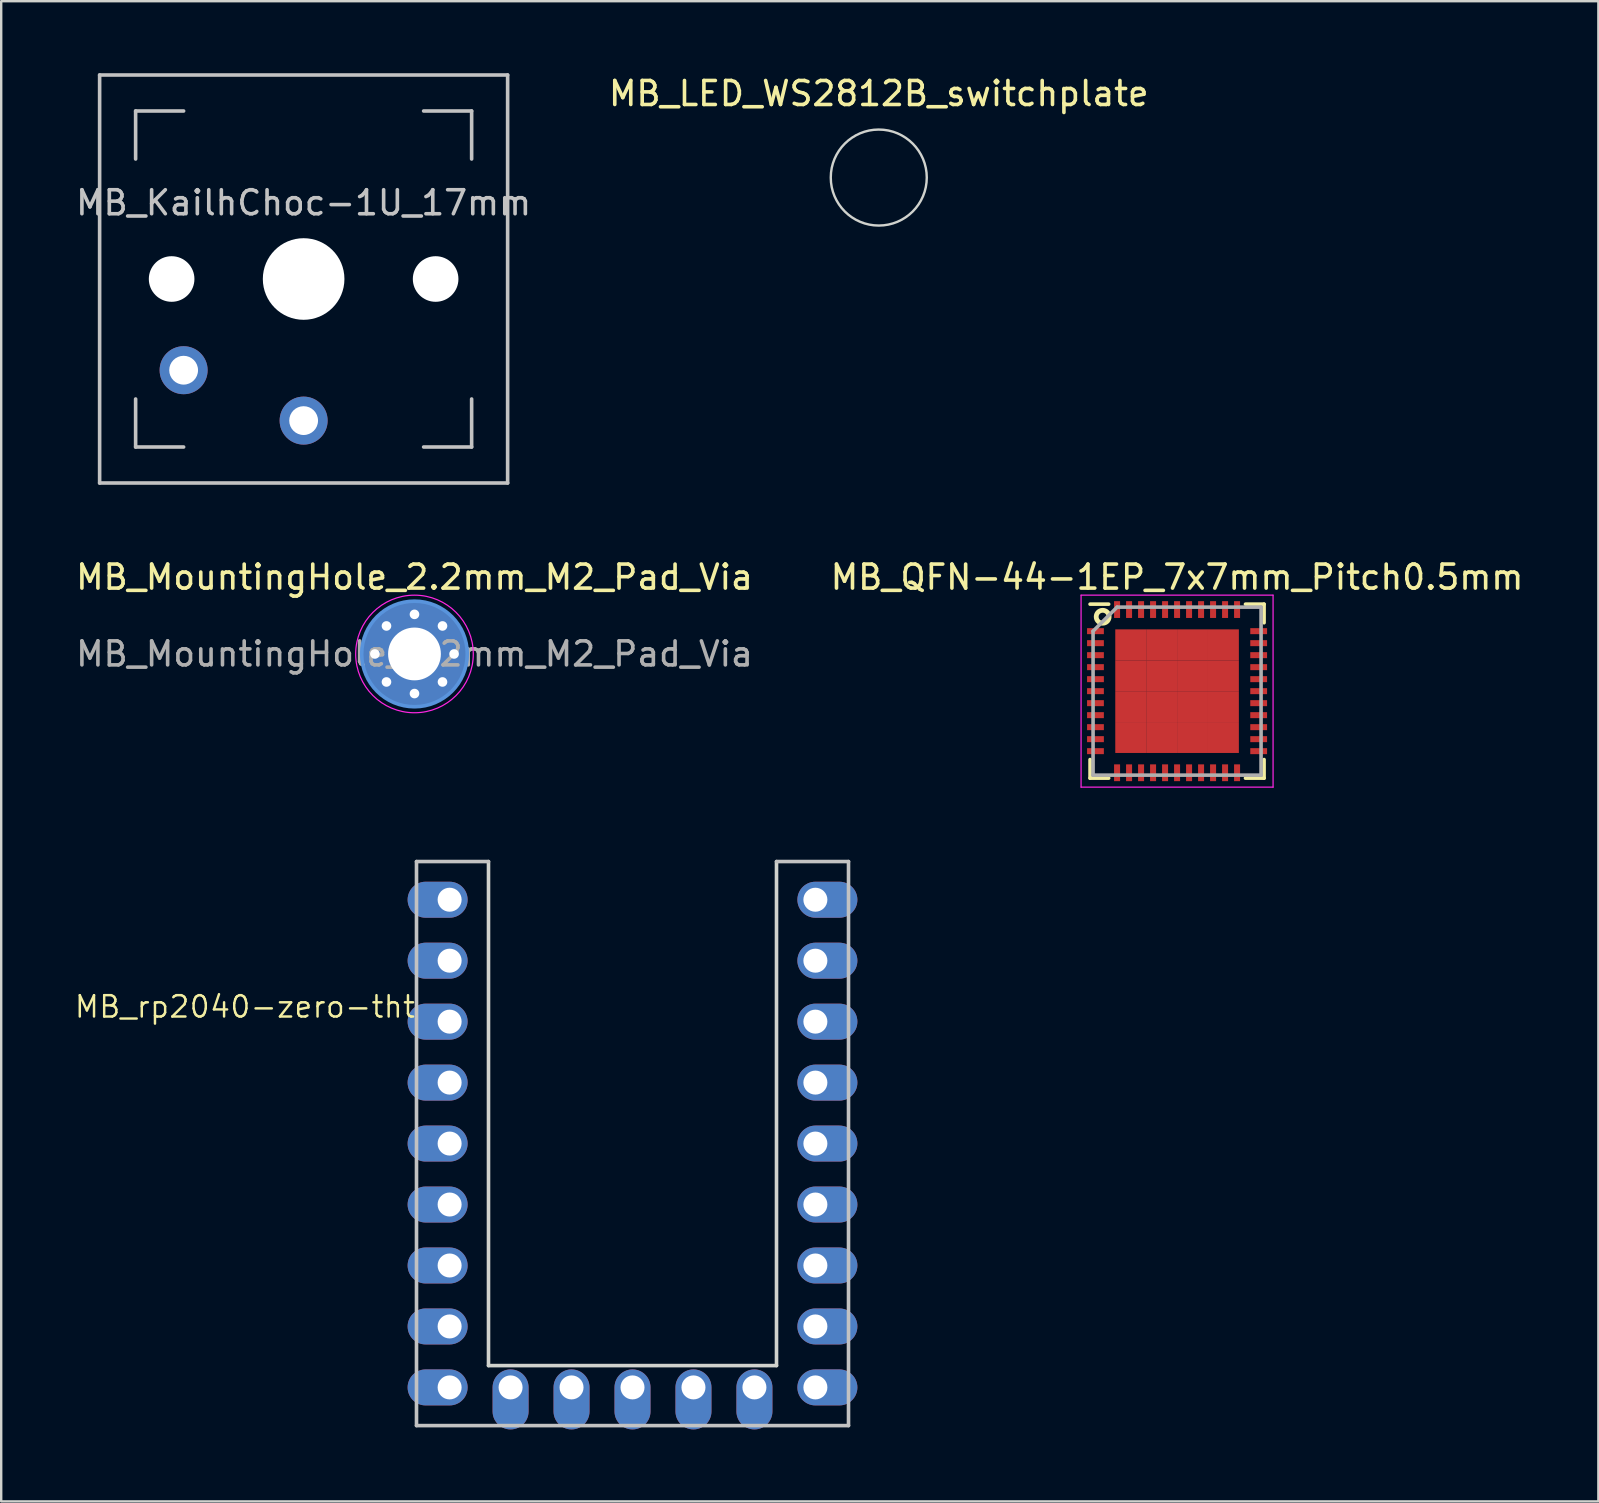
<source format=kicad_pcb>
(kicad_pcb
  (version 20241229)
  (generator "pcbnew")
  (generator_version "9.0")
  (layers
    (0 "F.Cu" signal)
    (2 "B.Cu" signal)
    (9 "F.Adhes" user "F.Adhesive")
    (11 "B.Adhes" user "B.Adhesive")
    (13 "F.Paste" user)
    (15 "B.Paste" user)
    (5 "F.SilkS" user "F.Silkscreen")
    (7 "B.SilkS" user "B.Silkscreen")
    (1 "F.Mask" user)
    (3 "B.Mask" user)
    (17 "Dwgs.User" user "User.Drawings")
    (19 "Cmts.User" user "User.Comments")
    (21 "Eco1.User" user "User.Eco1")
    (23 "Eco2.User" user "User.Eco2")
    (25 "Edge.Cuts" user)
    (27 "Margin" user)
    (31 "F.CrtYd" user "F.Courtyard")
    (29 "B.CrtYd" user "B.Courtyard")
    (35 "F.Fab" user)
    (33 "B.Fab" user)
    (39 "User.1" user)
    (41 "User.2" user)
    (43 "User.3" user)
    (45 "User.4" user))
  (footprint "MB_MountingHole_2.2mm_M2_Pad_Via"
    (layer "F.Cu")
    (at 14.22 24.198)
    (property "Reference" "MB_MountingHole_2.2mm_M2_Pad_Via" (at 0 -3.2 0) (layer "F.SilkS") (effects (font (size 1 1) (thickness 0.15))))
    (attr exclude_from_pos_files exclude_from_bom)
    (fp_circle (center 0 0) (end 2.2 0) (stroke (width 0.15) (type solid)) (fill no) (layer "Cmts.User"))
    (fp_circle (center 0 0) (end 2.45 0) (stroke (width 0.05) (type solid)) (fill no) (layer "F.CrtYd"))
    (fp_text user "${REFERENCE}" (at 0 0 0) (layer "F.Fab") (effects (font (size 1 1) (thickness 0.15))))
    (pad "1" thru_hole circle (at -1.65 0) (size 0.7 0.7) (drill 0.4) (layers "*.Cu" "*.Mask"))
    (pad "1" thru_hole circle (at -1.167 -1.167) (size 0.7 0.7) (drill 0.4) (layers "*.Cu" "*.Mask"))
    (pad "1" thru_hole circle (at -1.167 1.167) (size 0.7 0.7) (drill 0.4) (layers "*.Cu" "*.Mask"))
    (pad "1" thru_hole circle (at 0 -1.65) (size 0.7 0.7) (drill 0.4) (layers "*.Cu" "*.Mask"))
    (pad "1" thru_hole circle (at 0 0) (size 4.4 4.4) (drill 2.2) (layers "*.Cu" "*.Mask"))
    (pad "1" thru_hole circle (at 0 1.65) (size 0.7 0.7) (drill 0.4) (layers "*.Cu" "*.Mask"))
    (pad "1" thru_hole circle (at 1.167 -1.167) (size 0.7 0.7) (drill 0.4) (layers "*.Cu" "*.Mask"))
    (pad "1" thru_hole circle (at 1.167 1.167) (size 0.7 0.7) (drill 0.4) (layers "*.Cu" "*.Mask"))
    (pad "1" thru_hole circle (at 1.65 0) (size 0.7 0.7) (drill 0.4) (layers "*.Cu" "*.Mask")))
  (footprint "MB_LED_WS2812B_switchplate"
    (layer "F.Cu")
    (at 33.565 4.348)
    (property "Reference" "MB_LED_WS2812B_switchplate" (at 0 -3.5 0) (layer "F.SilkS") (effects (font (size 1 1) (thickness 0.15))))
    (attr smd)
    (fp_circle (center 0 0) (end 2 0) (stroke (width 0.1) (type solid)) (fill no) (layer "Edge.Cuts")))
  (footprint "MB_KailhChoc-1U_17mm"
    (layer "F.Cu")
    (at 8.901 11.275)
    (property "Reference" "MB_KailhChoc-1U_17mm" (at 0.7 -5.875 180) (layer "Dwgs.User") (effects (font (size 1 1) (thickness 0.15))))
    (attr through_hole)
    (fp_line (start -7.8 -11.2) (end 9.2 -11.2) (stroke (width 0.15) (type solid)) (layer "Dwgs.User"))
    (fp_line (start -7.8 5.8) (end -7.8 -11.2) (stroke (width 0.15) (type solid)) (layer "Dwgs.User"))
    (fp_line (start -6.3 -9.7) (end -6.3 -7.7) (stroke (width 0.15) (type solid)) (layer "Dwgs.User"))
    (fp_line (start -6.3 4.3) (end -6.3 2.3) (stroke (width 0.15) (type solid)) (layer "Dwgs.User"))
    (fp_line (start -4.3 -9.7) (end -6.3 -9.7) (stroke (width 0.15) (type solid)) (layer "Dwgs.User"))
    (fp_line (start -4.3 4.3) (end -6.3 4.3) (stroke (width 0.15) (type solid)) (layer "Dwgs.User"))
    (fp_line (start 5.7 4.3) (end 7.7 4.3) (stroke (width 0.15) (type solid)) (layer "Dwgs.User"))
    (fp_line (start 7.7 -9.7) (end 5.7 -9.7) (stroke (width 0.15) (type solid)) (layer "Dwgs.User"))
    (fp_line (start 7.7 -7.7) (end 7.7 -9.7) (stroke (width 0.15) (type solid)) (layer "Dwgs.User"))
    (fp_line (start 7.7 4.3) (end 7.7 2.3) (stroke (width 0.15) (type solid)) (layer "Dwgs.User"))
    (fp_line (start 9.2 -11.2) (end 9.2 5.8) (stroke (width 0.15) (type solid)) (layer "Dwgs.User"))
    (fp_line (start 9.2 5.8) (end -7.8 5.8) (stroke (width 0.15) (type solid)) (layer "Dwgs.User"))
    (pad "" np_thru_hole circle (at -4.8 -2.7 228.1) (size 1.9 1.9) (drill 1.9) (layers "*.Cu" "*.Mask"))
    (pad "" np_thru_hole circle (at 0.7 -2.7 180) (size 3.4 3.4) (drill 3.4) (layers "*.Cu" "*.Mask"))
    (pad "" np_thru_hole circle (at 6.2 -2.7 228.1) (size 1.9 1.9) (drill 1.9) (layers "*.Cu" "*.Mask"))
    (pad "1" thru_hole circle (at 0.7 3.2 180) (size 2 2) (drill 1.2) (layers "*.Cu" "B.Mask"))
    (pad "2" thru_hole circle (at -4.3 1.1 180) (size 2 2) (drill 1.2) (layers "*.Cu" "B.Mask")))
  (footprint "MB_QFN-44-1EP_7x7mm_Pitch0.5mm"
    (layer "F.Cu")
    (at 45.994 25.748)
    (property "Reference" "MB_QFN-44-1EP_7x7mm_Pitch0.5mm" (at 0 -4.75 0) (layer "F.SilkS") (effects (font (size 1 1) (thickness 0.15))))
    (attr smd)
    (fp_line (start -3.625 -3.625) (end -2.85 -3.625) (stroke (width 0.15) (type solid)) (layer "F.SilkS"))
    (fp_line (start -3.625 3.625) (end -3.625 2.85) (stroke (width 0.15) (type solid)) (layer "F.SilkS"))
    (fp_line (start -3.625 3.625) (end -2.85 3.625) (stroke (width 0.15) (type solid)) (layer "F.SilkS"))
    (fp_line (start 3.625 -3.625) (end 2.85 -3.625) (stroke (width 0.15) (type solid)) (layer "F.SilkS"))
    (fp_line (start 3.625 -3.625) (end 3.625 -2.85) (stroke (width 0.15) (type solid)) (layer "F.SilkS"))
    (fp_line (start 3.625 3.625) (end 2.85 3.625) (stroke (width 0.15) (type solid)) (layer "F.SilkS"))
    (fp_line (start 3.625 3.625) (end 3.625 2.85) (stroke (width 0.15) (type solid)) (layer "F.SilkS"))
    (fp_circle (center -3.1 -3.1) (end -3.35 -3.2) (stroke (width 0.2) (type solid)) (fill no) (layer "F.SilkS"))
    (fp_line (start -4 -4) (end -4 4) (stroke (width 0.05) (type solid)) (layer "F.CrtYd"))
    (fp_line (start -4 -4) (end 4 -4) (stroke (width 0.05) (type solid)) (layer "F.CrtYd"))
    (fp_line (start -4 4) (end 4 4) (stroke (width 0.05) (type solid)) (layer "F.CrtYd"))
    (fp_line (start 4 -4) (end 4 4) (stroke (width 0.05) (type solid)) (layer "F.CrtYd"))
    (fp_line (start -3.5 -2.5) (end -2.5 -3.5) (stroke (width 0.15) (type solid)) (layer "F.Fab"))
    (fp_line (start -3.5 3.5) (end -3.5 -2.5) (stroke (width 0.15) (type solid)) (layer "F.Fab"))
    (fp_line (start -2.5 -3.5) (end 3.5 -3.5) (stroke (width 0.15) (type solid)) (layer "F.Fab"))
    (fp_line (start 3.5 -3.5) (end 3.5 3.5) (stroke (width 0.15) (type solid)) (layer "F.Fab"))
    (fp_line (start 3.5 3.5) (end -3.5 3.5) (stroke (width 0.15) (type solid)) (layer "F.Fab"))
    (pad "1" smd rect (at -3.4 -2.5) (size 0.7 0.25) (layers "F.Cu" "F.Mask" "F.Paste"))
    (pad "2" smd rect (at -3.4 -2) (size 0.7 0.25) (layers "F.Cu" "F.Mask" "F.Paste"))
    (pad "3" smd rect (at -3.4 -1.5) (size 0.7 0.25) (layers "F.Cu" "F.Mask" "F.Paste"))
    (pad "4" smd rect (at -3.4 -1) (size 0.7 0.25) (layers "F.Cu" "F.Mask" "F.Paste"))
    (pad "5" smd rect (at -3.4 -0.5) (size 0.7 0.25) (layers "F.Cu" "F.Mask" "F.Paste"))
    (pad "6" smd rect (at -3.4 0) (size 0.7 0.25) (layers "F.Cu" "F.Mask" "F.Paste"))
    (pad "7" smd rect (at -3.4 0.5) (size 0.7 0.25) (layers "F.Cu" "F.Mask" "F.Paste"))
    (pad "8" smd rect (at -3.4 1) (size 0.7 0.25) (layers "F.Cu" "F.Mask" "F.Paste"))
    (pad "9" smd rect (at -3.4 1.5) (size 0.7 0.25) (layers "F.Cu" "F.Mask" "F.Paste"))
    (pad "10" smd rect (at -3.4 2) (size 0.7 0.25) (layers "F.Cu" "F.Mask" "F.Paste"))
    (pad "11" smd rect (at -3.4 2.5) (size 0.7 0.25) (layers "F.Cu" "F.Mask" "F.Paste"))
    (pad "12" smd rect (at -2.5 3.4 90) (size 0.7 0.25) (layers "F.Cu" "F.Mask" "F.Paste"))
    (pad "13" smd rect (at -2 3.4 90) (size 0.7 0.25) (layers "F.Cu" "F.Mask" "F.Paste"))
    (pad "14" smd rect (at -1.5 3.4 90) (size 0.7 0.25) (layers "F.Cu" "F.Mask" "F.Paste"))
    (pad "15" smd rect (at -1 3.4 90) (size 0.7 0.25) (layers "F.Cu" "F.Mask" "F.Paste"))
    (pad "16" smd rect (at -0.5 3.4 90) (size 0.7 0.25) (layers "F.Cu" "F.Mask" "F.Paste"))
    (pad "17" smd rect (at 0 3.4 90) (size 0.7 0.25) (layers "F.Cu" "F.Mask" "F.Paste"))
    (pad "18" smd rect (at 0.5 3.4 90) (size 0.7 0.25) (layers "F.Cu" "F.Mask" "F.Paste"))
    (pad "19" smd rect (at 1 3.4 90) (size 0.7 0.25) (layers "F.Cu" "F.Mask" "F.Paste"))
    (pad "20" smd rect (at 1.5 3.4 90) (size 0.7 0.25) (layers "F.Cu" "F.Mask" "F.Paste"))
    (pad "21" smd rect (at 2 3.4 90) (size 0.7 0.25) (layers "F.Cu" "F.Mask" "F.Paste"))
    (pad "22" smd rect (at 2.5 3.4 90) (size 0.7 0.25) (layers "F.Cu" "F.Mask" "F.Paste"))
    (pad "23" smd rect (at 3.4 2.5) (size 0.7 0.25) (layers "F.Cu" "F.Mask" "F.Paste"))
    (pad "24" smd rect (at 3.4 2) (size 0.7 0.25) (layers "F.Cu" "F.Mask" "F.Paste"))
    (pad "25" smd rect (at 3.4 1.5) (size 0.7 0.25) (layers "F.Cu" "F.Mask" "F.Paste"))
    (pad "26" smd rect (at 3.4 1) (size 0.7 0.25) (layers "F.Cu" "F.Mask" "F.Paste"))
    (pad "27" smd rect (at 3.4 0.5) (size 0.7 0.25) (layers "F.Cu" "F.Mask" "F.Paste"))
    (pad "28" smd rect (at 3.4 0) (size 0.7 0.25) (layers "F.Cu" "F.Mask" "F.Paste"))
    (pad "29" smd rect (at 3.4 -0.5) (size 0.7 0.25) (layers "F.Cu" "F.Mask" "F.Paste"))
    (pad "30" smd rect (at 3.4 -1) (size 0.7 0.25) (layers "F.Cu" "F.Mask" "F.Paste"))
    (pad "31" smd rect (at 3.4 -1.5) (size 0.7 0.25) (layers "F.Cu" "F.Mask" "F.Paste"))
    (pad "32" smd rect (at 3.4 -2) (size 0.7 0.25) (layers "F.Cu" "F.Mask" "F.Paste"))
    (pad "33" smd rect (at 3.4 -2.5) (size 0.7 0.25) (layers "F.Cu" "F.Mask" "F.Paste"))
    (pad "34" smd rect (at 2.5 -3.4 90) (size 0.7 0.25) (layers "F.Cu" "F.Mask" "F.Paste"))
    (pad "35" smd rect (at 2 -3.4 90) (size 0.7 0.25) (layers "F.Cu" "F.Mask" "F.Paste"))
    (pad "36" smd rect (at 1.5 -3.4 90) (size 0.7 0.25) (layers "F.Cu" "F.Mask" "F.Paste"))
    (pad "37" smd rect (at 1 -3.4 90) (size 0.7 0.25) (layers "F.Cu" "F.Mask" "F.Paste"))
    (pad "38" smd rect (at 0.5 -3.4 90) (size 0.7 0.25) (layers "F.Cu" "F.Mask" "F.Paste"))
    (pad "39" smd rect (at 0 -3.4 90) (size 0.7 0.25) (layers "F.Cu" "F.Mask" "F.Paste"))
    (pad "40" smd rect (at -0.5 -3.4 90) (size 0.7 0.25) (layers "F.Cu" "F.Mask" "F.Paste"))
    (pad "41" smd rect (at -1 -3.4 90) (size 0.7 0.25) (layers "F.Cu" "F.Mask" "F.Paste"))
    (pad "42" smd rect (at -1.5 -3.4 90) (size 0.7 0.25) (layers "F.Cu" "F.Mask" "F.Paste"))
    (pad "43" smd rect (at -2 -3.4 90) (size 0.7 0.25) (layers "F.Cu" "F.Mask" "F.Paste"))
    (pad "44" smd rect (at -2.5 -3.4 90) (size 0.7 0.25) (layers "F.Cu" "F.Mask" "F.Paste"))
    (pad "45" smd rect (at -1.931 -1.931) (size 1.288 1.288) (layers "F.Cu" "F.Mask" "F.Paste"))
    (pad "45" smd rect (at -1.931 -0.644) (size 1.288 1.288) (layers "F.Cu" "F.Mask" "F.Paste"))
    (pad "45" smd rect (at -1.931 0.644) (size 1.288 1.288) (layers "F.Cu" "F.Mask" "F.Paste"))
    (pad "45" smd rect (at -1.931 1.931) (size 1.288 1.288) (layers "F.Cu" "F.Mask" "F.Paste"))
    (pad "45" smd rect (at -0.644 -1.931) (size 1.288 1.288) (layers "F.Cu" "F.Mask" "F.Paste"))
    (pad "45" smd rect (at -0.644 -0.644) (size 1.288 1.288) (layers "F.Cu" "F.Mask" "F.Paste"))
    (pad "45" smd rect (at -0.644 0.644) (size 1.288 1.288) (layers "F.Cu" "F.Mask" "F.Paste"))
    (pad "45" smd rect (at -0.644 1.931) (size 1.288 1.288) (layers "F.Cu" "F.Mask" "F.Paste"))
    (pad "45" smd rect (at 0.644 -1.931) (size 1.288 1.288) (layers "F.Cu" "F.Mask" "F.Paste"))
    (pad "45" smd rect (at 0.644 -0.644) (size 1.288 1.288) (layers "F.Cu" "F.Mask" "F.Paste"))
    (pad "45" smd rect (at 0.644 0.644) (size 1.288 1.288) (layers "F.Cu" "F.Mask" "F.Paste"))
    (pad "45" smd rect (at 0.644 1.931) (size 1.288 1.288) (layers "F.Cu" "F.Mask" "F.Paste"))
    (pad "45" smd rect (at 1.931 -1.931) (size 1.288 1.288) (layers "F.Cu" "F.Mask" "F.Paste"))
    (pad "45" smd rect (at 1.931 -0.644) (size 1.288 1.288) (layers "F.Cu" "F.Mask" "F.Paste"))
    (pad "45" smd rect (at 1.931 0.644) (size 1.288 1.288) (layers "F.Cu" "F.Mask" "F.Paste"))
    (pad "45" smd rect (at 1.931 1.931) (size 1.288 1.288) (layers "F.Cu" "F.Mask" "F.Paste")))
  (footprint "MB_rp2040-zero-tht"
    (layer "F.Cu")
    (at 23.304 44.598)
    (property "Reference" "MB_rp2040-zero-tht" (at -16.15 -5.7 0) (layer "F.SilkS") (effects (font (size 0.889 0.889) (thickness 0.102))))
    (attr through_hole exclude_from_pos_files)
    (fp_line (start -9 -11.75) (end -6 -11.75) (stroke (width 0.15) (type default)) (layer "Dwgs.User"))
    (fp_line (start -9 11.75) (end -9 -11.75) (stroke (width 0.15) (type default)) (layer "Dwgs.User"))
    (fp_line (start 6 -11.75) (end 9 -11.75) (stroke (width 0.15) (type default)) (layer "Dwgs.User"))
    (fp_line (start 9 -11.75) (end 9 11.75) (stroke (width 0.15) (type default)) (layer "Dwgs.User"))
    (fp_line (start 9 11.75) (end -9 11.75) (stroke (width 0.15) (type default)) (layer "Dwgs.User"))
    (fp_line (start -6 -11.75) (end -6 9.25) (stroke (width 0.15) (type solid)) (layer "Edge.Cuts"))
    (fp_line (start -6 9.25) (end 6 9.25) (stroke (width 0.15) (type solid)) (layer "Edge.Cuts"))
    (fp_line (start 6 9.25) (end 6 -11.75) (stroke (width 0.15) (type solid)) (layer "Edge.Cuts"))
    (pad "1" thru_hole oval (at 7.62 -10.16 180) (size 2.5 1.5) (drill 1 (offset -0.5 0)) (layers "*.Cu" "*.Mask"))
    (pad "2" thru_hole oval (at 7.62 -7.62 180) (size 2.5 1.5) (drill 1 (offset -0.5 0)) (layers "*.Cu" "*.Mask"))
    (pad "3" thru_hole oval (at 7.62 -5.08 180) (size 2.5 1.5) (drill 1 (offset -0.5 0)) (layers "*.Cu" "*.Mask"))
    (pad "4" thru_hole oval (at 7.62 -2.54 180) (size 2.5 1.5) (drill 1 (offset -0.5 0)) (layers "*.Cu" "*.Mask"))
    (pad "5" thru_hole oval (at 7.62 0 180) (size 2.5 1.5) (drill 1 (offset -0.5 0)) (layers "*.Cu" "*.Mask"))
    (pad "6" thru_hole oval (at 7.62 2.54 180) (size 2.5 1.5) (drill 1 (offset -0.5 0)) (layers "*.Cu" "*.Mask"))
    (pad "7" thru_hole oval (at 7.62 5.08 180) (size 2.5 1.5) (drill 1 (offset -0.5 0)) (layers "*.Cu" "*.Mask"))
    (pad "8" thru_hole oval (at 7.62 7.62 180) (size 2.5 1.5) (drill 1 (offset -0.5 0)) (layers "*.Cu" "*.Mask"))
    (pad "9" thru_hole oval (at 7.62 10.16 180) (size 2.5 1.5) (drill 1 (offset -0.5 0)) (layers "*.Cu" "*.Mask"))
    (pad "10" thru_hole oval (at 5.08 10.16 90) (size 2.5 1.5) (drill 1 (offset -0.5 0)) (layers "*.Cu" "*.Mask"))
    (pad "11" thru_hole oval (at 2.54 10.16 90) (size 2.5 1.5) (drill 1 (offset -0.5 0)) (layers "*.Cu" "*.Mask"))
    (pad "12" thru_hole oval (at 0 10.16 90) (size 2.5 1.5) (drill 1 (offset -0.5 0)) (layers "*.Cu" "*.Mask"))
    (pad "13" thru_hole oval (at -2.54 10.16 90) (size 2.5 1.5) (drill 1 (offset -0.5 0)) (layers "*.Cu" "*.Mask"))
    (pad "14" thru_hole oval (at -5.08 10.16 90) (size 2.5 1.5) (drill 1 (offset -0.5 0)) (layers "*.Cu" "*.Mask"))
    (pad "15" thru_hole oval (at -7.62 10.16) (size 2.5 1.5) (drill 1 (offset -0.5 0)) (layers "*.Cu" "*.Mask"))
    (pad "16" thru_hole oval (at -7.62 7.62) (size 2.5 1.5) (drill 1 (offset -0.5 0)) (layers "*.Cu" "*.Mask"))
    (pad "17" thru_hole oval (at -7.62 5.08) (size 2.5 1.5) (drill 1 (offset -0.5 0)) (layers "*.Cu" "*.Mask"))
    (pad "18" thru_hole oval (at -7.62 2.54) (size 2.5 1.5) (drill 1 (offset -0.5 0)) (layers "*.Cu" "*.Mask"))
    (pad "19" thru_hole oval (at -7.62 0) (size 2.5 1.5) (drill 1 (offset -0.5 0)) (layers "*.Cu" "*.Mask"))
    (pad "20" thru_hole oval (at -7.62 -2.54) (size 2.5 1.5) (drill 1 (offset -0.5 0)) (layers "*.Cu" "*.Mask"))
    (pad "21" thru_hole oval (at -7.62 -5.08) (size 2.5 1.5) (drill 1 (offset -0.5 0)) (layers "*.Cu" "*.Mask"))
    (pad "22" thru_hole oval (at -7.62 -7.62) (size 2.5 1.5) (drill 1 (offset -0.5 0)) (layers "*.Cu" "*.Mask"))
    (pad "23" thru_hole oval (at -7.62 -10.16) (size 2.5 1.5) (drill 1 (offset -0.5 0)) (layers "*.Cu" "*.Mask")))
  (gr_rect
    (start -3 -3)
    (end 63.548 59.508)
    (stroke (width 0.1) (type default))
    (fill no)
    (layer "Edge.Cuts")))
</source>
